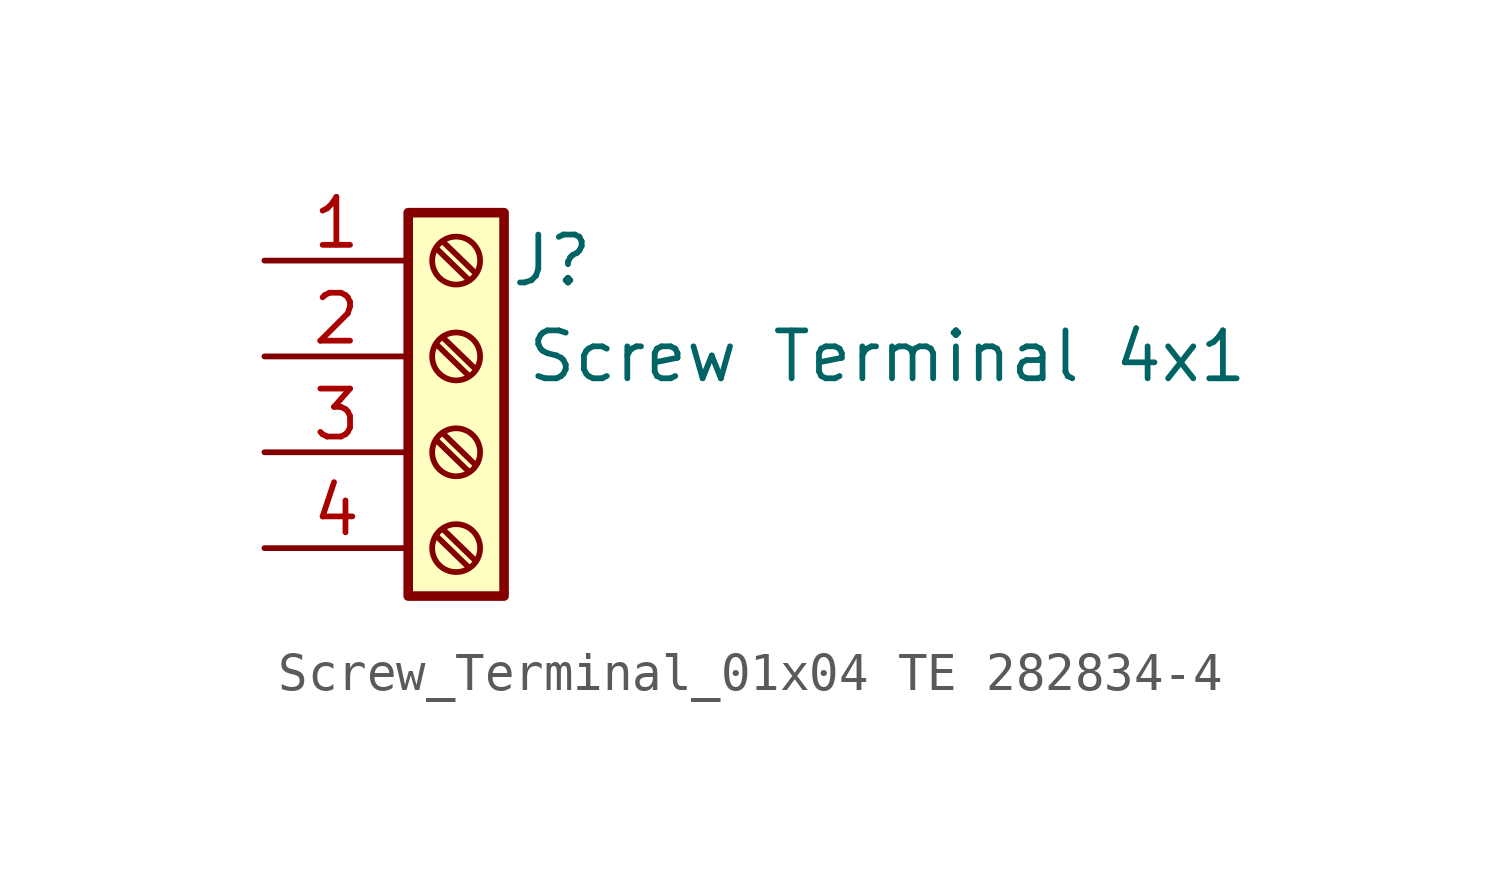
<source format=kicad_sym>
(kicad_symbol_lib
  (version 20220914)
  (generator kicad_symbol_editor)
  (symbol "Screw_Terminal_01x04 TE 282834-4"
    (pin_names
      (offset 1.016) hide)
    (property "Reference" "J"
      (at 2.54 2.54 0)
      (effects (font (size 1.27 1.27))))
    (property "Value" "Screw Terminal 4x1"
      (at 11.43 0 0)
      (effects (font (size 1.27 1.27))))
    (symbol "Screw_Terminal_01x04 TE 282834-4_1_1"
      (rectangle (start -1.27 3.81) (end 1.27 -6.35) (stroke (width 0.254) (type default)) (fill (type background)))
      (circle (center 0 -5.08) (radius 0.635) (stroke (width 0.152) (type default)) (fill (type none)))
      (circle (center 0 -2.54) (radius 0.635) (stroke (width 0.152) (type default)) (fill (type none)))
      (polyline (pts (xy -0.533 -4.75) (xy 0.33 -5.588)) (stroke (width 0.152) (type default)) (fill (type none)))
      (polyline (pts (xy -0.533 -2.21) (xy 0.33 -3.048)) (stroke (width 0.152) (type default)) (fill (type none)))
      (polyline (pts (xy -0.533 0.33) (xy 0.33 -0.508)) (stroke (width 0.152) (type default)) (fill (type none)))
      (polyline (pts (xy -0.533 2.87) (xy 0.33 2.032)) (stroke (width 0.152) (type default)) (fill (type none)))
      (polyline (pts (xy -0.356 -4.572) (xy 0.508 -5.41)) (stroke (width 0.152) (type default)) (fill (type none)))
      (polyline (pts (xy -0.356 -2.032) (xy 0.508 -2.87)) (stroke (width 0.152) (type default)) (fill (type none)))
      (polyline (pts (xy -0.356 0.508) (xy 0.508 -0.33)) (stroke (width 0.152) (type default)) (fill (type none)))
      (polyline (pts (xy -0.356 3.048) (xy 0.508 2.21)) (stroke (width 0.152) (type default)) (fill (type none)))
      (circle (center 0 0) (radius 0.635) (stroke (width 0.152) (type default)) (fill (type none)))
      (circle (center 0 2.54) (radius 0.635) (stroke (width 0.152) (type default)) (fill (type none)))
      (pin passive line (at -5.08 2.54 0) (length 3.81) (name "Pin_1" (effects (font (size 1.27 1.27)))) (number "1" (effects (font (size 1.27 1.27)))))
      (pin passive line (at -5.08 0 0) (length 3.81) (name "Pin_2" (effects (font (size 1.27 1.27)))) (number "2" (effects (font (size 1.27 1.27)))))
      (pin passive line (at -5.08 -2.54 0) (length 3.81) (name "Pin_3" (effects (font (size 1.27 1.27)))) (number "3" (effects (font (size 1.27 1.27)))))
      (pin passive line (at -5.08 -5.08 0) (length 3.81) (name "Pin_4" (effects (font (size 1.27 1.27)))) (number "4" (effects (font (size 1.27 1.27))))))))
</source>
